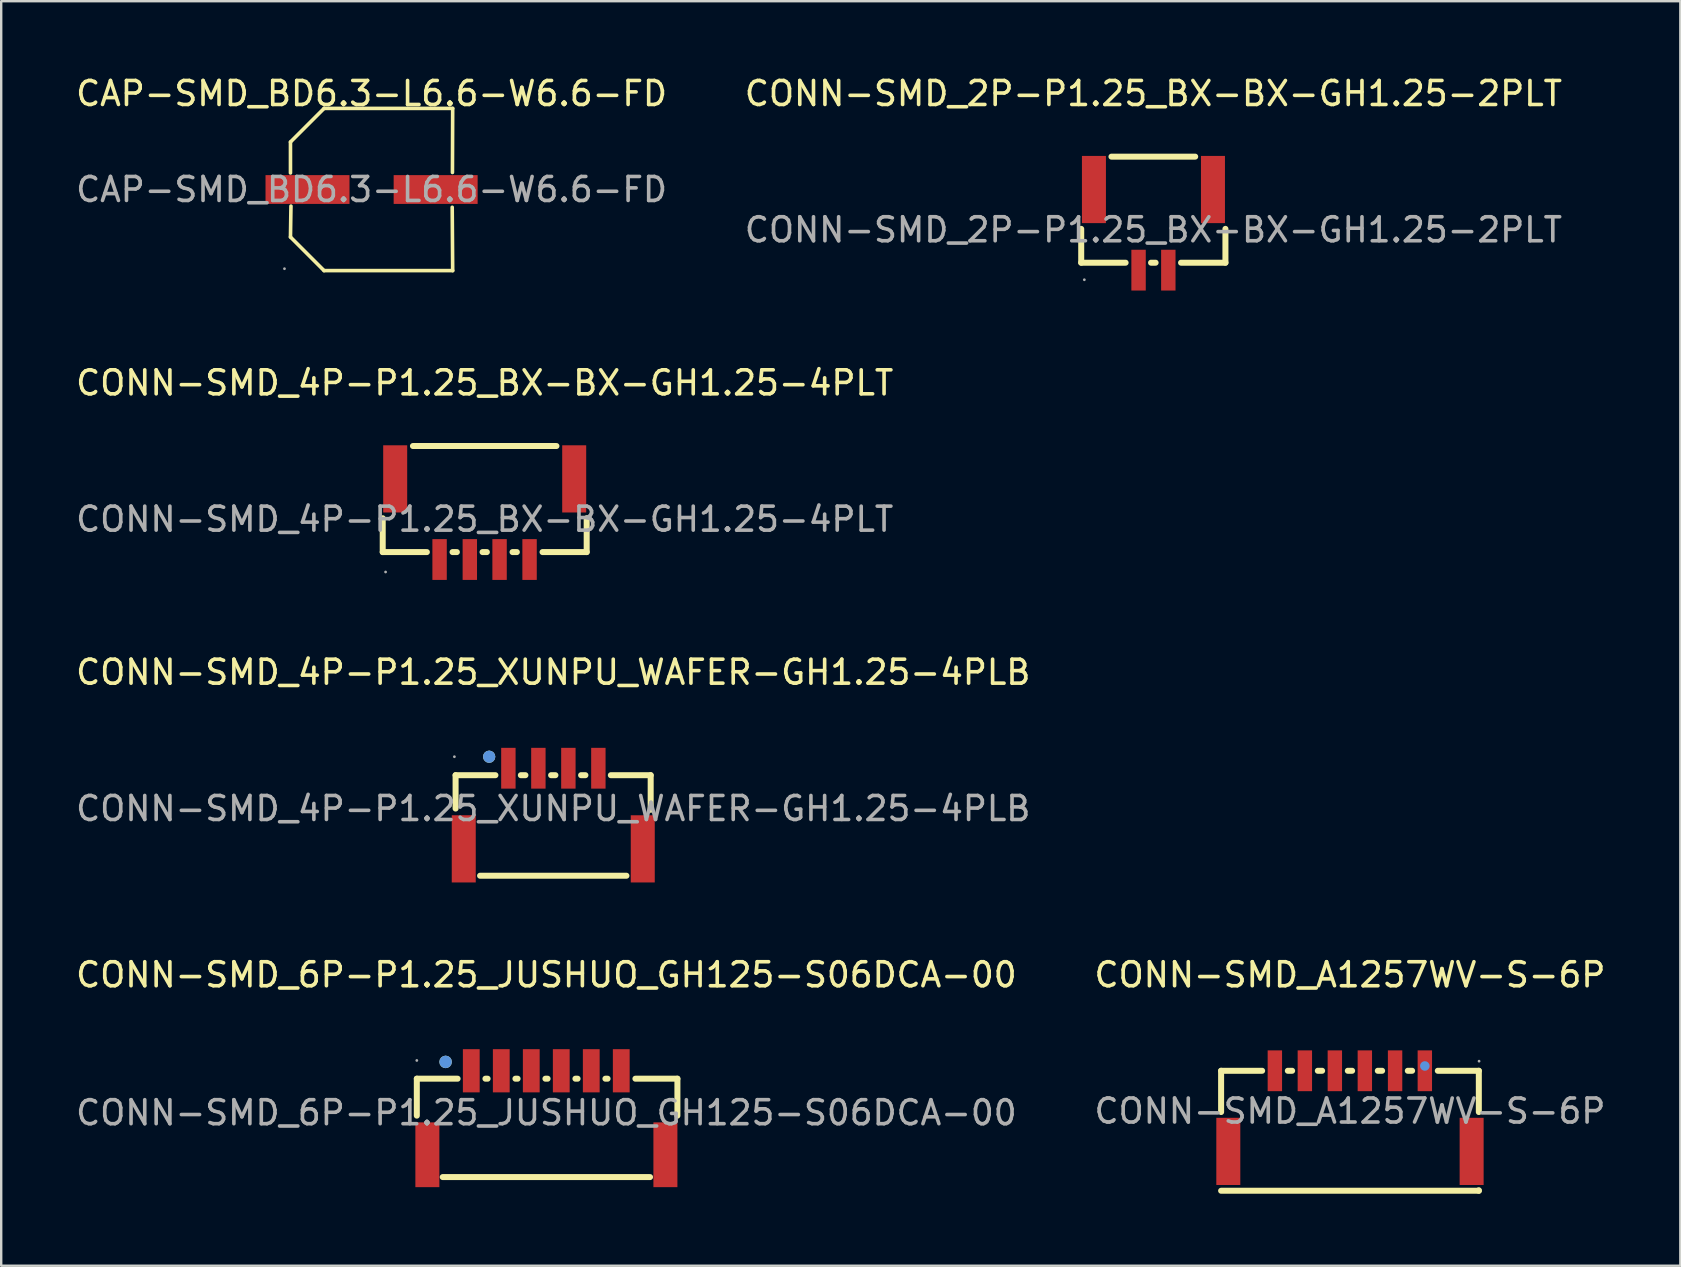
<source format=kicad_pcb>
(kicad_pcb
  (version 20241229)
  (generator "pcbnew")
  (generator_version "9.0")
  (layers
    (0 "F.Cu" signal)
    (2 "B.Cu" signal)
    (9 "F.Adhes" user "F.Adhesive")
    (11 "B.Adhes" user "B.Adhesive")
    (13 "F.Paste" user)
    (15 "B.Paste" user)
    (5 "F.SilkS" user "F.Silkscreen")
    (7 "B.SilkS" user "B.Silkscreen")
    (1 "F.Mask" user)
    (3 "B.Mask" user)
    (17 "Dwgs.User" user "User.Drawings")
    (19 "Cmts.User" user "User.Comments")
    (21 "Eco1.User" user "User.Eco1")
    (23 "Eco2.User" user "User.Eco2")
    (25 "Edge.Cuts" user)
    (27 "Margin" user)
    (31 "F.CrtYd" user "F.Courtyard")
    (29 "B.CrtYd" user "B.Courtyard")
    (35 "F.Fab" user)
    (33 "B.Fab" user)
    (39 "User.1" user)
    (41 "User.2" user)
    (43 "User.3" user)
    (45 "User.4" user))
  (footprint "CONN-SMD_A1257WV-S-6P"
    (layer "F.Cu")
    (at 53.208 43.253)
    (property "Reference" "CONN-SMD_A1257WV-S-6P" (at 0 -5.68 0) (layer "F.SilkS") (effects (font (size 1 1) (thickness 0.15))))
    (attr smd)
    (fp_line (start -5.37 -1.68) (end -5.37 0.04) (stroke (width 0.25) (type solid)) (layer "F.SilkS"))
    (fp_line (start -5.37 -1.68) (end -3.66 -1.68) (stroke (width 0.25) (type solid)) (layer "F.SilkS"))
    (fp_line (start -2.59 -1.68) (end -2.41 -1.68) (stroke (width 0.25) (type solid)) (layer "F.SilkS"))
    (fp_line (start -1.34 -1.68) (end -1.16 -1.68) (stroke (width 0.25) (type solid)) (layer "F.SilkS"))
    (fp_line (start -0.09 -1.68) (end 0.09 -1.68) (stroke (width 0.25) (type solid)) (layer "F.SilkS"))
    (fp_line (start 1.16 -1.68) (end 1.34 -1.68) (stroke (width 0.25) (type solid)) (layer "F.SilkS"))
    (fp_line (start 2.41 -1.68) (end 2.59 -1.68) (stroke (width 0.25) (type solid)) (layer "F.SilkS"))
    (fp_line (start 3.66 -1.68) (end 5.37 -1.68) (stroke (width 0.25) (type solid)) (layer "F.SilkS"))
    (fp_line (start 5.37 -1.68) (end 5.37 0.04) (stroke (width 0.25) (type solid)) (layer "F.SilkS"))
    (fp_line (start 5.37 3.3) (end 5.37 3.32) (stroke (width 0.25) (type solid)) (layer "F.SilkS"))
    (fp_line (start 5.37 3.32) (end -5.37 3.32) (stroke (width 0.25) (type solid)) (layer "F.SilkS"))
    (fp_circle (center 3.12 -1.88) (end 3.22 -1.88) (stroke (width 0.2) (type solid)) (fill no) (layer "Cmts.User"))
    (fp_circle (center 5.38 -2.08) (end 5.41 -2.08) (stroke (width 0.06) (type solid)) (fill no) (layer "F.Fab"))
    (fp_text user "${REFERENCE}" (at 0 0 0) (layer "F.Fab") (effects (font (size 1 1) (thickness 0.15))))
    (pad "1" smd rect (at 3.12 -1.68) (size 0.6 1.7) (layers "F.Cu" "F.Mask" "F.Paste"))
    (pad "2" smd rect (at 1.88 -1.68) (size 0.6 1.7) (layers "F.Cu" "F.Mask" "F.Paste"))
    (pad "3" smd rect (at 0.62 -1.68) (size 0.6 1.7) (layers "F.Cu" "F.Mask" "F.Paste"))
    (pad "4" smd rect (at -0.63 -1.68) (size 0.6 1.7) (layers "F.Cu" "F.Mask" "F.Paste"))
    (pad "5" smd rect (at -1.88 -1.68) (size 0.6 1.7) (layers "F.Cu" "F.Mask" "F.Paste"))
    (pad "6" smd rect (at -3.13 -1.68) (size 0.6 1.7) (layers "F.Cu" "F.Mask" "F.Paste"))
    (pad "7" smd rect (at 5.07 1.68) (size 1 2.8) (layers "F.Cu" "F.Mask" "F.Paste"))
    (pad "8" smd rect (at -5.07 1.68) (size 1 2.8) (layers "F.Cu" "F.Mask" "F.Paste")))
  (footprint "CAP-SMD_BD6.3-L6.6-W6.6-FD"
    (layer "F.Cu")
    (at 12.435 4.848)
    (property "Reference" "CAP-SMD_BD6.3-L6.6-W6.6-FD" (at 0 -4 0) (layer "F.SilkS") (effects (font (size 1 1) (thickness 0.15))))
    (attr smd)
    (fp_line (start -3.38 -1.98) (end -3.38 -0.69) (stroke (width 0.15) (type solid)) (layer "F.SilkS"))
    (fp_line (start -3.38 1.98) (end -3.36 0.69) (stroke (width 0.15) (type solid)) (layer "F.SilkS"))
    (fp_line (start -1.98 -3.38) (end -3.38 -1.98) (stroke (width 0.15) (type solid)) (layer "F.SilkS"))
    (fp_line (start -1.98 3.38) (end -3.38 1.98) (stroke (width 0.15) (type solid)) (layer "F.SilkS"))
    (fp_line (start 3.36 0.74) (end 3.38 3.38) (stroke (width 0.15) (type solid)) (layer "F.SilkS"))
    (fp_line (start 3.37 -0.71) (end 3.38 -3.38) (stroke (width 0.15) (type solid)) (layer "F.SilkS"))
    (fp_line (start 3.38 -3.38) (end -1.98 -3.38) (stroke (width 0.15) (type solid)) (layer "F.SilkS"))
    (fp_line (start 3.38 3.38) (end -1.98 3.38) (stroke (width 0.15) (type solid)) (layer "F.SilkS"))
    (fp_circle (center -3.63 3.3) (end -3.6 3.3) (stroke (width 0.06) (type solid)) (fill no) (layer "F.Fab"))
    (fp_text user "${REFERENCE}" (at 0 0 0) (layer "F.Fab") (effects (font (size 1 1) (thickness 0.15))))
    (pad "1" smd rect (at -2.67 0) (size 3.5 1.2) (layers "F.Cu" "F.Mask" "F.Paste"))
    (pad "2" smd rect (at 2.67 0) (size 3.5 1.2) (layers "F.Cu" "F.Mask" "F.Paste")))
  (footprint "CONN-SMD_6P-P1.25_JUSHUO_GH125-S06DCA-00"
    (layer "F.Cu")
    (at 19.72 43.323)
    (property "Reference" "CONN-SMD_6P-P1.25_JUSHUO_GH125-S06DCA-00" (at 0 -5.75 0) (layer "F.SilkS") (effects (font (size 1 1) (thickness 0.15))))
    (attr smd)
    (fp_line (start -5.4 -1.42) (end -5.4 0.12) (stroke (width 0.25) (type solid)) (layer "F.SilkS"))
    (fp_line (start -5.4 -1.42) (end -3.7 -1.42) (stroke (width 0.25) (type solid)) (layer "F.SilkS"))
    (fp_line (start -4.32 2.68) (end 4.32 2.68) (stroke (width 0.25) (type solid)) (layer "F.SilkS"))
    (fp_line (start -2.54 -1.42) (end -2.45 -1.42) (stroke (width 0.25) (type solid)) (layer "F.SilkS"))
    (fp_line (start -1.29 -1.42) (end -1.2 -1.42) (stroke (width 0.25) (type solid)) (layer "F.SilkS"))
    (fp_line (start -0.04 -1.42) (end 0.05 -1.42) (stroke (width 0.25) (type solid)) (layer "F.SilkS"))
    (fp_line (start 1.21 -1.42) (end 1.3 -1.42) (stroke (width 0.25) (type solid)) (layer "F.SilkS"))
    (fp_line (start 2.46 -1.42) (end 2.55 -1.42) (stroke (width 0.25) (type solid)) (layer "F.SilkS"))
    (fp_line (start 3.71 -1.42) (end 5.46 -1.42) (stroke (width 0.25) (type solid)) (layer "F.SilkS"))
    (fp_line (start 5.46 -1.42) (end 5.46 0.12) (stroke (width 0.25) (type solid)) (layer "F.SilkS"))
    (fp_circle (center -4.2 -2.12) (end -4.07 -2.12) (stroke (width 0.26) (type solid)) (fill no) (layer "F.SilkS"))
    (fp_circle (center -4.2 -2.12) (end -4.07 -2.12) (stroke (width 0.26) (type solid)) (fill no) (layer "Cmts.User"))
    (fp_circle (center -5.4 -2.18) (end -5.37 -2.18) (stroke (width 0.06) (type solid)) (fill no) (layer "F.Fab"))
    (fp_text user "${REFERENCE}" (at 0 0 0) (layer "F.Fab") (effects (font (size 1 1) (thickness 0.15))))
    (pad "1" smd rect (at -3.13 -1.75) (size 0.7 1.8) (layers "F.Cu" "F.Mask" "F.Paste"))
    (pad "2" smd rect (at -1.88 -1.75) (size 0.7 1.8) (layers "F.Cu" "F.Mask" "F.Paste"))
    (pad "3" smd rect (at -0.63 -1.75) (size 0.7 1.8) (layers "F.Cu" "F.Mask" "F.Paste"))
    (pad "4" smd rect (at 0.62 -1.75) (size 0.7 1.8) (layers "F.Cu" "F.Mask" "F.Paste"))
    (pad "5" smd rect (at 1.87 -1.75) (size 0.7 1.8) (layers "F.Cu" "F.Mask" "F.Paste"))
    (pad "6" smd rect (at 3.12 -1.75) (size 0.7 1.8) (layers "F.Cu" "F.Mask" "F.Paste"))
    (pad "7" smd rect (at 4.96 1.75) (size 1 2.7) (layers "F.Cu" "F.Mask" "F.Paste"))
    (pad "8" smd rect (at -4.96 1.75) (size 1 2.7) (layers "F.Cu" "F.Mask" "F.Paste")))
  (footprint "CONN-SMD_2P-P1.25_BX-BX-GH1.25-2PLT"
    (layer "F.Cu")
    (at 45.018 6.528)
    (property "Reference" "CONN-SMD_2P-P1.25_BX-BX-GH1.25-2PLT" (at 0 -5.68 0) (layer "F.SilkS") (effects (font (size 1 1) (thickness 0.15))))
    (attr smd)
    (fp_line (start -3.01 -0.04) (end -3.01 1.37) (stroke (width 0.25) (type solid)) (layer "F.SilkS"))
    (fp_line (start -3.01 1.37) (end -1.16 1.37) (stroke (width 0.25) (type solid)) (layer "F.SilkS"))
    (fp_line (start -1.75 -3.05) (end 1.74 -3.05) (stroke (width 0.25) (type solid)) (layer "F.SilkS"))
    (fp_line (start -0.1 1.37) (end 0.09 1.37) (stroke (width 0.25) (type solid)) (layer "F.SilkS"))
    (fp_line (start 1.15 1.37) (end 3 1.37) (stroke (width 0.25) (type solid)) (layer "F.SilkS"))
    (fp_line (start 3 1.37) (end 3 -0.04) (stroke (width 0.25) (type solid)) (layer "F.SilkS"))
    (fp_circle (center -2.88 2.08) (end -2.85 2.08) (stroke (width 0.06) (type solid)) (fill no) (layer "F.Fab"))
    (fp_text user "${REFERENCE}" (at 0 0 0) (layer "F.Fab") (effects (font (size 1 1) (thickness 0.15))))
    (pad "1" smd rect (at -0.62 1.68 180) (size 0.6 1.7) (layers "F.Cu" "F.Mask" "F.Paste"))
    (pad "2" smd rect (at 0.62 1.68 180) (size 0.6 1.7) (layers "F.Cu" "F.Mask" "F.Paste"))
    (pad "3" smd rect (at 2.48 -1.68 180) (size 1 2.8) (layers "F.Cu" "F.Mask" "F.Paste"))
    (pad "4" smd rect (at -2.48 -1.68 180) (size 1 2.8) (layers "F.Cu" "F.Mask" "F.Paste")))
  (footprint "CONN-SMD_4P-P1.25_BX-BX-GH1.25-4PLT"
    (layer "F.Cu")
    (at 17.149 18.587)
    (property "Reference" "CONN-SMD_4P-P1.25_BX-BX-GH1.25-4PLT" (at 0 -5.68 0) (layer "F.SilkS") (effects (font (size 1 1) (thickness 0.15))))
    (attr smd)
    (fp_line (start -4.25 -0.04) (end -4.25 1.37) (stroke (width 0.25) (type solid)) (layer "F.SilkS"))
    (fp_line (start -4.25 1.37) (end -2.41 1.37) (stroke (width 0.25) (type solid)) (layer "F.SilkS"))
    (fp_line (start -2.99 -3.05) (end 2.99 -3.05) (stroke (width 0.25) (type solid)) (layer "F.SilkS"))
    (fp_line (start -1.34 1.37) (end -1.16 1.37) (stroke (width 0.25) (type solid)) (layer "F.SilkS"))
    (fp_line (start -0.09 1.37) (end 0.09 1.37) (stroke (width 0.25) (type solid)) (layer "F.SilkS"))
    (fp_line (start 1.16 1.37) (end 1.34 1.37) (stroke (width 0.25) (type solid)) (layer "F.SilkS"))
    (fp_line (start 2.41 1.37) (end 4.25 1.37) (stroke (width 0.25) (type solid)) (layer "F.SilkS"))
    (fp_line (start 4.25 1.37) (end 4.25 -0.04) (stroke (width 0.25) (type solid)) (layer "F.SilkS"))
    (fp_circle (center -4.13 2.2) (end -4.1 2.2) (stroke (width 0.06) (type solid)) (fill no) (layer "F.Fab"))
    (fp_text user "${REFERENCE}" (at 0 0 0) (layer "F.Fab") (effects (font (size 1 1) (thickness 0.15))))
    (pad "1" smd rect (at -1.88 1.68 180) (size 0.6 1.7) (layers "F.Cu" "F.Mask" "F.Paste"))
    (pad "2" smd rect (at -0.62 1.68 180) (size 0.6 1.7) (layers "F.Cu" "F.Mask" "F.Paste"))
    (pad "3" smd rect (at 0.62 1.68 180) (size 0.6 1.7) (layers "F.Cu" "F.Mask" "F.Paste"))
    (pad "4" smd rect (at 1.87 1.68 180) (size 0.6 1.7) (layers "F.Cu" "F.Mask" "F.Paste"))
    (pad "5" smd rect (at 3.73 -1.68 180) (size 1 2.8) (layers "F.Cu" "F.Mask" "F.Paste"))
    (pad "6" smd rect (at -3.73 -1.68 180) (size 1 2.8) (layers "F.Cu" "F.Mask" "F.Paste")))
  (footprint "CONN-SMD_4P-P1.25_XUNPU_WAFER-GH1.25-4PLB"
    (layer "F.Cu")
    (at 20.006 30.645)
    (property "Reference" "CONN-SMD_4P-P1.25_XUNPU_WAFER-GH1.25-4PLB" (at 0 -5.68 0) (layer "F.SilkS") (effects (font (size 1 1) (thickness 0.15))))
    (attr smd)
    (fp_line (start -4.07 -1.39) (end -2.41 -1.39) (stroke (width 0.25) (type solid)) (layer "F.SilkS"))
    (fp_line (start -4.07 0) (end -4.07 -1.39) (stroke (width 0.25) (type solid)) (layer "F.SilkS"))
    (fp_line (start -1.16 -1.39) (end -1.35 -1.39) (stroke (width 0.25) (type solid)) (layer "F.SilkS"))
    (fp_line (start 0.09 -1.39) (end -0.09 -1.39) (stroke (width 0.25) (type solid)) (layer "F.SilkS"))
    (fp_line (start 1.34 -1.39) (end 1.16 -1.39) (stroke (width 0.25) (type solid)) (layer "F.SilkS"))
    (fp_line (start 2.4 -1.39) (end 4.06 -1.39) (stroke (width 0.25) (type solid)) (layer "F.SilkS"))
    (fp_line (start 3.05 2.8) (end -3.05 2.8) (stroke (width 0.25) (type solid)) (layer "F.SilkS"))
    (fp_line (start 4.06 -1.39) (end 4.06 0.05) (stroke (width 0.25) (type solid)) (layer "F.SilkS"))
    (fp_circle (center -2.67 -2.16) (end -2.54 -2.16) (stroke (width 0.25) (type solid)) (fill no) (layer "F.SilkS"))
    (fp_circle (center -2.67 -2.16) (end -2.54 -2.16) (stroke (width 0.25) (type solid)) (fill no) (layer "Cmts.User"))
    (fp_circle (center -4.12 -2.16) (end -4.09 -2.16) (stroke (width 0.06) (type solid)) (fill no) (layer "F.Fab"))
    (fp_text user "${REFERENCE}" (at 0 0 0) (layer "F.Fab") (effects (font (size 1 1) (thickness 0.15))))
    (pad "1" smd rect (at -1.87 -1.68 180) (size 0.6 1.7) (layers "F.Cu" "F.Mask" "F.Paste"))
    (pad "2" smd rect (at -0.62 -1.68 180) (size 0.6 1.7) (layers "F.Cu" "F.Mask" "F.Paste"))
    (pad "3" smd rect (at 0.63 -1.68 180) (size 0.6 1.7) (layers "F.Cu" "F.Mask" "F.Paste"))
    (pad "4" smd rect (at 1.88 -1.68 180) (size 0.6 1.7) (layers "F.Cu" "F.Mask" "F.Paste"))
    (pad "5" smd rect (at -3.73 1.68 180) (size 1 2.8) (layers "F.Cu" "F.Mask" "F.Paste"))
    (pad "6" smd rect (at 3.73 1.68 180) (size 1 2.8) (layers "F.Cu" "F.Mask" "F.Paste")))
  (gr_rect
    (start -3 -3)
    (end 66.976 49.698)
    (stroke (width 0.1) (type default))
    (fill no)
    (layer "Edge.Cuts")))
</source>
